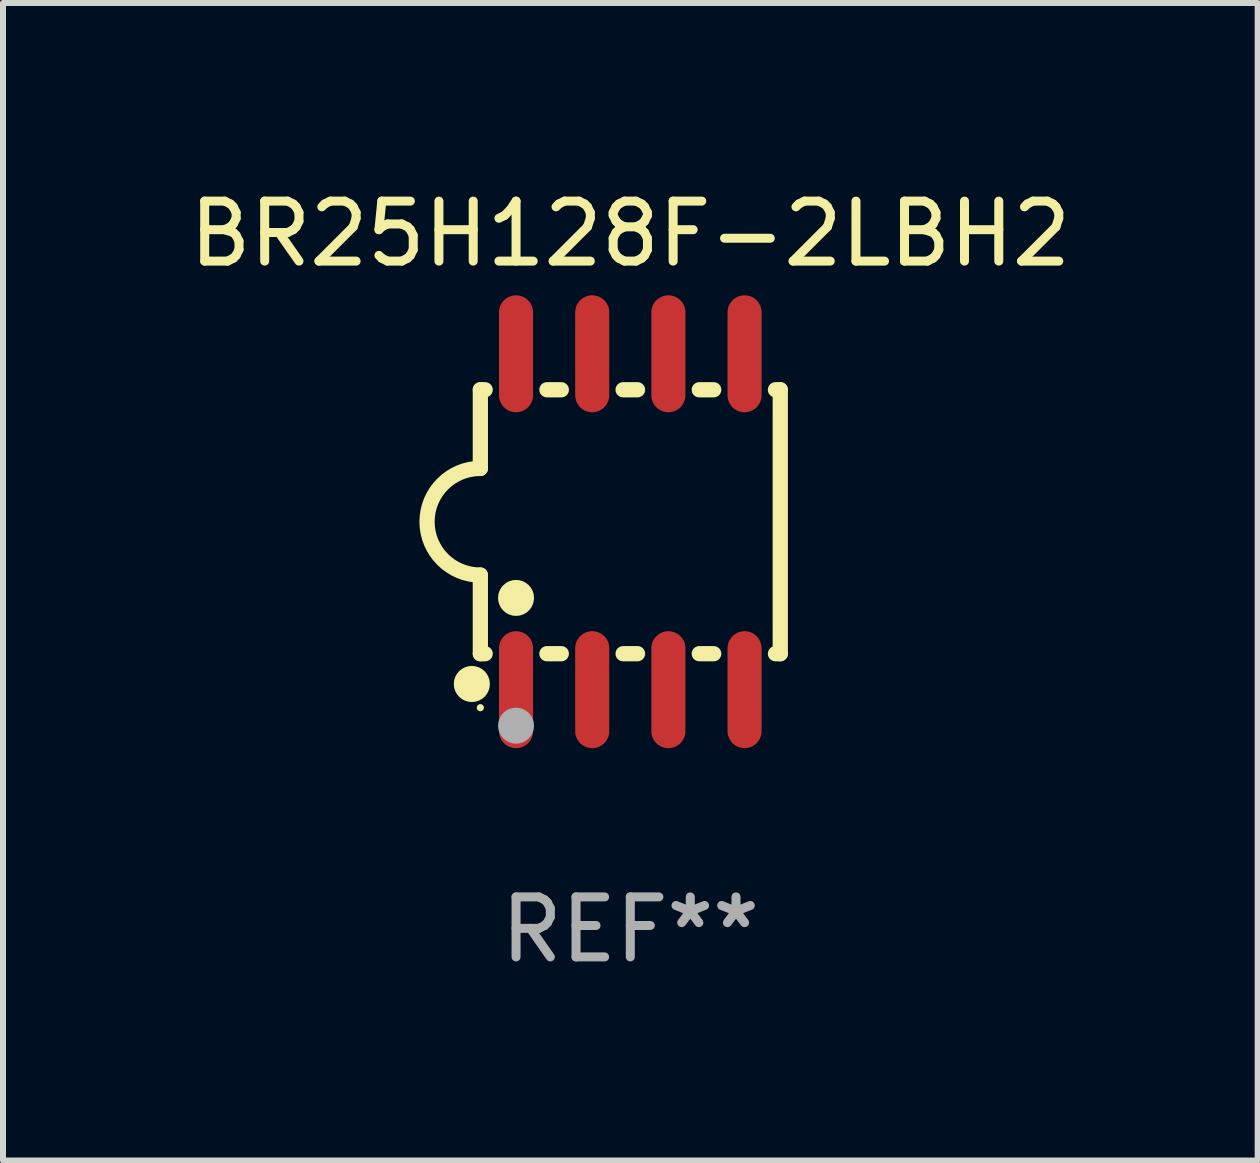
<source format=kicad_pcb>
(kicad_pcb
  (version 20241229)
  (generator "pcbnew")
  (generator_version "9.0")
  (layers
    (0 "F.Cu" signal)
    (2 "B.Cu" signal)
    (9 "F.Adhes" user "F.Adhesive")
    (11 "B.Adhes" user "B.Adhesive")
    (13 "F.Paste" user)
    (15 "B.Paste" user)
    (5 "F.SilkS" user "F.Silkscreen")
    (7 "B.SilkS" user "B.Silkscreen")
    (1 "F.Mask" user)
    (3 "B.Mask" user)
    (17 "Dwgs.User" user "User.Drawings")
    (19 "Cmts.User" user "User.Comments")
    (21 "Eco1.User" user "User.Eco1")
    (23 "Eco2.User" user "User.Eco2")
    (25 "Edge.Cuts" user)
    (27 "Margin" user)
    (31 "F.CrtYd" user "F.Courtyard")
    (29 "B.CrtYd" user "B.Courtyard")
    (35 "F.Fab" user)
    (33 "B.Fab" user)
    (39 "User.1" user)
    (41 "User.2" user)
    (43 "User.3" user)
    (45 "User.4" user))
  (footprint "BR25H128F-2LBH2"
    (layer "F.Cu")
    (at 7.458 5.648)
    (property "Reference" "BR25H128F-2LBH2" (at 0 -4.8 0) (layer "F.SilkS") (effects (font (size 1 1) (thickness 0.15))))
    (attr through_hole)
    (fp_line (start -2.5 -2.2) (end -2.5 -0.889) (stroke (width 0.254) (type solid)) (layer "F.SilkS"))
    (fp_line (start -2.5 2.2) (end -2.5 0.889) (stroke (width 0.254) (type solid)) (layer "F.SilkS"))
    (fp_line (start -2.42 -2.2) (end -2.5 -2.2) (stroke (width 0.254) (type solid)) (layer "F.SilkS"))
    (fp_line (start -2.42 2.2) (end -2.5 2.2) (stroke (width 0.254) (type solid)) (layer "F.SilkS"))
    (fp_line (start -1.15 -2.2) (end -1.39 -2.2) (stroke (width 0.254) (type solid)) (layer "F.SilkS"))
    (fp_line (start -1.15 2.2) (end -1.39 2.2) (stroke (width 0.254) (type solid)) (layer "F.SilkS"))
    (fp_line (start 0.12 -2.2) (end -0.12 -2.2) (stroke (width 0.254) (type solid)) (layer "F.SilkS"))
    (fp_line (start 0.12 2.2) (end -0.12 2.2) (stroke (width 0.254) (type solid)) (layer "F.SilkS"))
    (fp_line (start 1.39 -2.2) (end 1.15 -2.2) (stroke (width 0.254) (type solid)) (layer "F.SilkS"))
    (fp_line (start 1.39 2.2) (end 1.15 2.2) (stroke (width 0.254) (type solid)) (layer "F.SilkS"))
    (fp_line (start 2.5 -2.2) (end 2.42 -2.2) (stroke (width 0.254) (type solid)) (layer "F.SilkS"))
    (fp_line (start 2.5 -2.2) (end 2.5 2.2) (stroke (width 0.254) (type solid)) (layer "F.SilkS"))
    (fp_line (start 2.5 2.2) (end 2.42 2.2) (stroke (width 0.254) (type solid)) (layer "F.SilkS"))
    (fp_arc (start -2.5 0.889002) (mid -3.388367 -0.000318) (end -2.499365 -0.889002) (stroke (width 0.254001) (type solid)) (layer "F.SilkS"))
    (fp_circle (center -2.642 2.705) (end -2.491 2.705) (stroke (width 0.3) (type solid)) (fill no) (layer "F.SilkS"))
    (fp_circle (center -2.5 3.1) (end -2.47 3.1) (stroke (width 0.06) (type solid)) (fill no) (layer "F.SilkS"))
    (fp_circle (center -1.905 1.27) (end -1.755 1.27) (stroke (width 0.3) (type solid)) (fill no) (layer "F.SilkS"))
    (fp_circle (center -1.905 3.4) (end -1.755 3.4) (stroke (width 0.3) (type solid)) (fill no) (layer "F.Fab"))
    (fp_text user "REF**" (at 0 6.8 0) (layer "F.Fab") (effects (font (size 1 1) (thickness 0.15))))
    (pad "1" smd oval (at -1.905 2.8) (size 0.568 1.95) (layers "F.Cu" "F.Mask" "F.Paste"))
    (pad "2" smd oval (at -0.635 2.8) (size 0.568 1.95) (layers "F.Cu" "F.Mask" "F.Paste"))
    (pad "3" smd oval (at 0.635 2.8) (size 0.568 1.95) (layers "F.Cu" "F.Mask" "F.Paste"))
    (pad "4" smd oval (at 1.905 2.8) (size 0.568 1.95) (layers "F.Cu" "F.Mask" "F.Paste"))
    (pad "5" smd oval (at 1.905 -2.8) (size 0.568 1.95) (layers "F.Cu" "F.Mask" "F.Paste"))
    (pad "6" smd oval (at 0.635 -2.8) (size 0.568 1.95) (layers "F.Cu" "F.Mask" "F.Paste"))
    (pad "7" smd oval (at -0.635 -2.8) (size 0.568 1.95) (layers "F.Cu" "F.Mask" "F.Paste"))
    (pad "8" smd oval (at -1.905 -2.8) (size 0.568 1.95) (layers "F.Cu" "F.Mask" "F.Paste")))
  (gr_rect
    (start -3 -3)
    (end 17.917 16.297)
    (stroke (width 0.1) (type default))
    (fill no)
    (layer "Edge.Cuts")))
</source>
